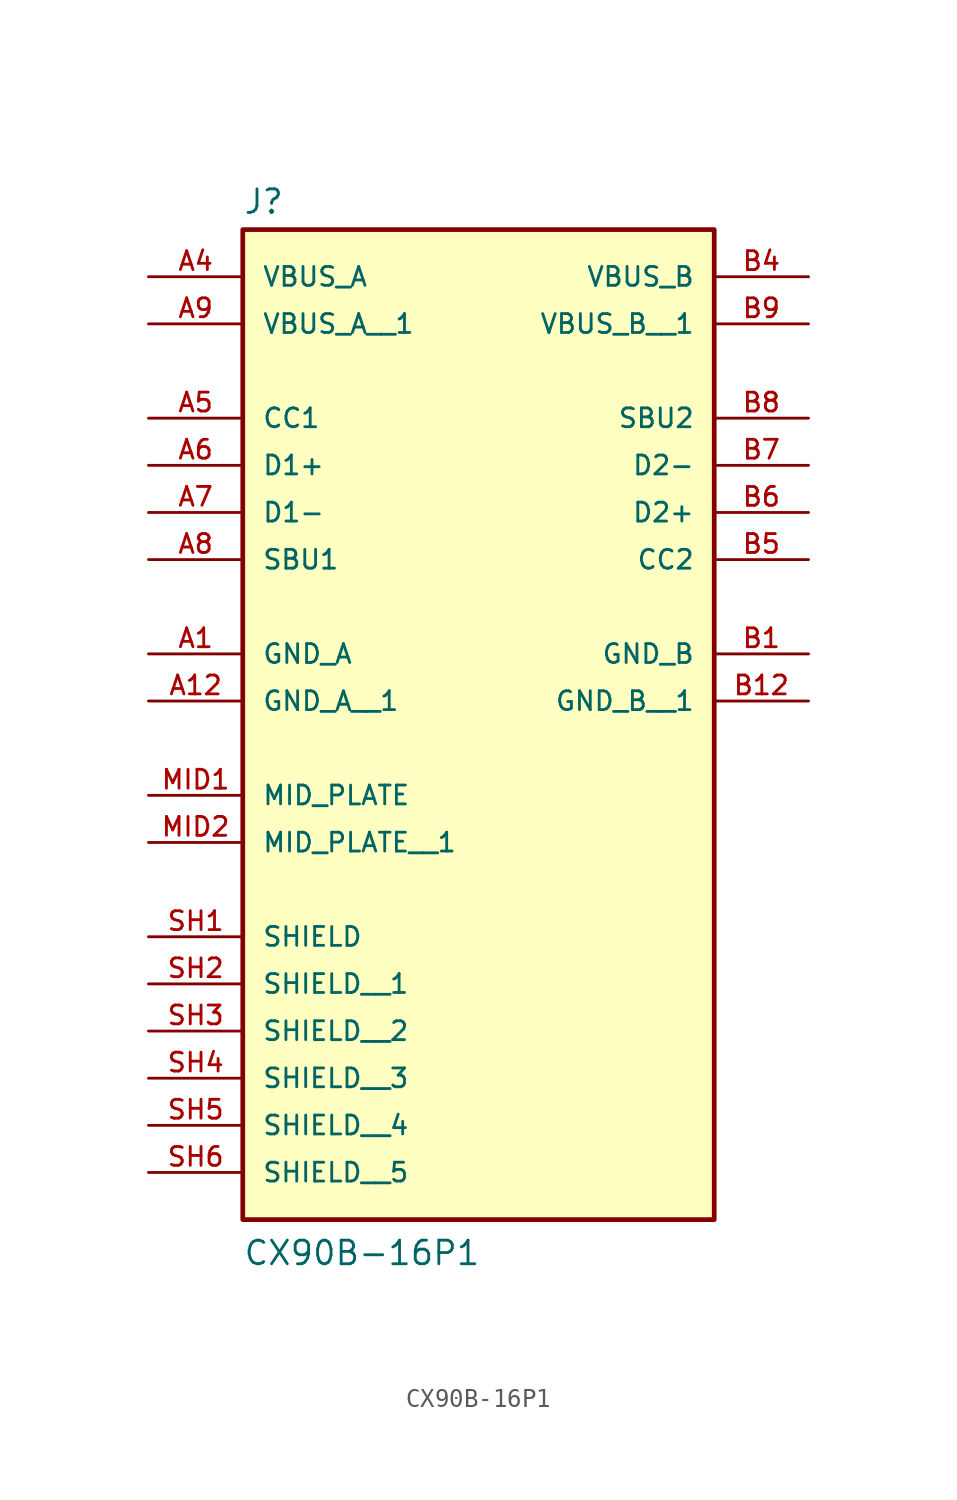
<source format=kicad_sym>
(kicad_symbol_lib
  (version 20211014)
  (generator kicad_symbol_editor)
  (symbol "CX90B-16P1"
    (pin_names
      (offset 1.016))
    (property "Reference" "J"
      (at -12.7 16.002 0)
      (effects (font (size 1.27 1.27)) (justify bottom left)))
    (property "Value" "CX90B-16P1"
      (at -12.7 -40.64 0)
      (effects (font (size 1.27 1.27)) (justify bottom left)))
    (symbol "CX90B-16P1_0_0"
      (rectangle (start -12.7 -38.1) (end 12.7 15.24) (stroke (width 0.254)) (fill (type background)))
      (pin power_in line (at -17.78 -7.62 0) (length 5.08) (name "GND_A" (effects (font (size 1.016 1.016)))) (number "A1" (effects (font (size 1.016 1.016)))))
      (pin power_in line (at -17.78 12.7 0) (length 5.08) (name "VBUS_A" (effects (font (size 1.016 1.016)))) (number "A4" (effects (font (size 1.016 1.016)))))
      (pin bidirectional line (at -17.78 2.54 0) (length 5.08) (name "D1+" (effects (font (size 1.016 1.016)))) (number "A6" (effects (font (size 1.016 1.016)))))
      (pin bidirectional line (at -17.78 5.08 0) (length 5.08) (name "CC1" (effects (font (size 1.016 1.016)))) (number "A5" (effects (font (size 1.016 1.016)))))
      (pin bidirectional line (at -17.78 -2.54 0) (length 5.08) (name "SBU1" (effects (font (size 1.016 1.016)))) (number "A8" (effects (font (size 1.016 1.016)))))
      (pin bidirectional line (at -17.78 0.0 0) (length 5.08) (name "D1-" (effects (font (size 1.016 1.016)))) (number "A7" (effects (font (size 1.016 1.016)))))
      (pin passive line (at -17.78 -22.86 0) (length 5.08) (name "SHIELD" (effects (font (size 1.016 1.016)))) (number "SH1" (effects (font (size 1.016 1.016)))))
      (pin power_in line (at 17.78 -7.62 180.0) (length 5.08) (name "GND_B" (effects (font (size 1.016 1.016)))) (number "B1" (effects (font (size 1.016 1.016)))))
      (pin power_in line (at 17.78 12.7 180.0) (length 5.08) (name "VBUS_B" (effects (font (size 1.016 1.016)))) (number "B4" (effects (font (size 1.016 1.016)))))
      (pin bidirectional line (at 17.78 0.0 180.0) (length 5.08) (name "D2+" (effects (font (size 1.016 1.016)))) (number "B6" (effects (font (size 1.016 1.016)))))
      (pin bidirectional line (at 17.78 -2.54 180.0) (length 5.08) (name "CC2" (effects (font (size 1.016 1.016)))) (number "B5" (effects (font (size 1.016 1.016)))))
      (pin bidirectional line (at 17.78 5.08 180.0) (length 5.08) (name "SBU2" (effects (font (size 1.016 1.016)))) (number "B8" (effects (font (size 1.016 1.016)))))
      (pin bidirectional line (at 17.78 2.54 180.0) (length 5.08) (name "D2-" (effects (font (size 1.016 1.016)))) (number "B7" (effects (font (size 1.016 1.016)))))
      (pin passive line (at -17.78 -15.24 0) (length 5.08) (name "MID_PLATE" (effects (font (size 1.016 1.016)))) (number "MID1" (effects (font (size 1.016 1.016)))))
      (pin power_in line (at -17.78 10.16 0) (length 5.08) (name "VBUS_A__1" (effects (font (size 1.016 1.016)))) (number "A9" (effects (font (size 1.016 1.016)))))
      (pin power_in line (at -17.78 -10.16 0) (length 5.08) (name "GND_A__1" (effects (font (size 1.016 1.016)))) (number "A12" (effects (font (size 1.016 1.016)))))
      (pin passive line (at -17.78 -17.78 0) (length 5.08) (name "MID_PLATE__1" (effects (font (size 1.016 1.016)))) (number "MID2" (effects (font (size 1.016 1.016)))))
      (pin passive line (at -17.78 -25.4 0) (length 5.08) (name "SHIELD__1" (effects (font (size 1.016 1.016)))) (number "SH2" (effects (font (size 1.016 1.016)))))
      (pin passive line (at -17.78 -27.94 0) (length 5.08) (name "SHIELD__2" (effects (font (size 1.016 1.016)))) (number "SH3" (effects (font (size 1.016 1.016)))))
      (pin passive line (at -17.78 -30.48 0) (length 5.08) (name "SHIELD__3" (effects (font (size 1.016 1.016)))) (number "SH4" (effects (font (size 1.016 1.016)))))
      (pin passive line (at -17.78 -33.02 0) (length 5.08) (name "SHIELD__4" (effects (font (size 1.016 1.016)))) (number "SH5" (effects (font (size 1.016 1.016)))))
      (pin passive line (at -17.78 -35.56 0) (length 5.08) (name "SHIELD__5" (effects (font (size 1.016 1.016)))) (number "SH6" (effects (font (size 1.016 1.016)))))
      (pin power_in line (at 17.78 10.16 180.0) (length 5.08) (name "VBUS_B__1" (effects (font (size 1.016 1.016)))) (number "B9" (effects (font (size 1.016 1.016)))))
      (pin power_in line (at 17.78 -10.16 180.0) (length 5.08) (name "GND_B__1" (effects (font (size 1.016 1.016)))) (number "B12" (effects (font (size 1.016 1.016))))))))
</source>
